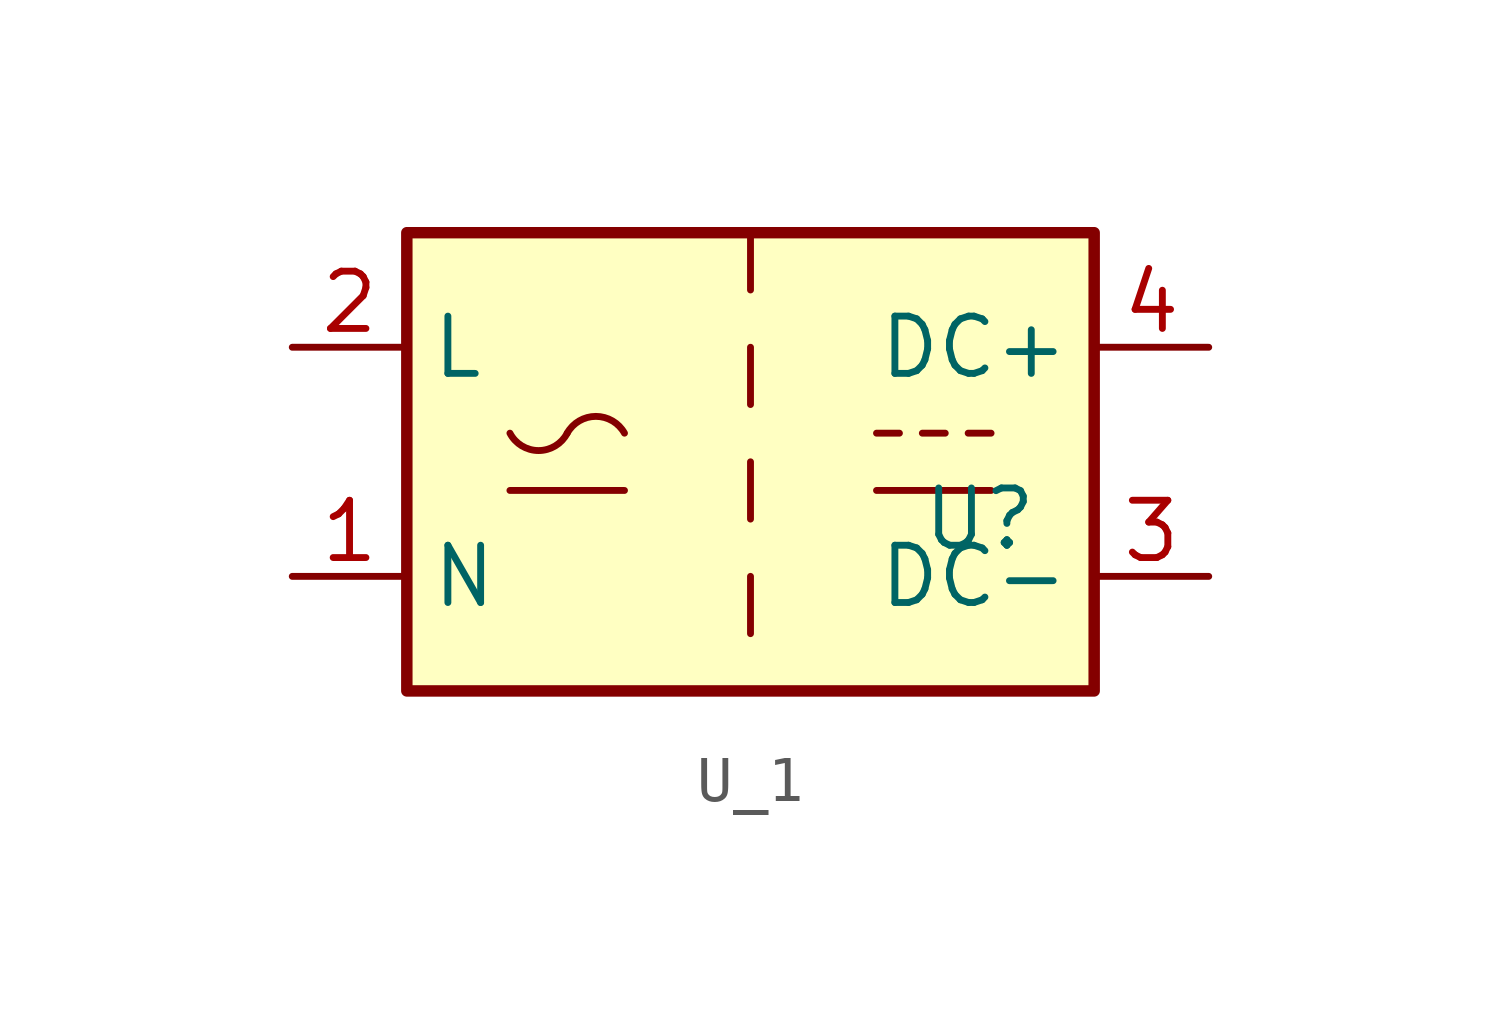
<source format=kicad_sym>
(kicad_symbol_lib
  (version 20241209)
  (generator "kicad_symbol_editor")
  (generator_version "9.0")
  (symbol "U_1"
    (property "Reference" "U"
      (at 5.08 -1.905 0)
      (effects (font (size 1.27 1.27))))
    (property "Value" ""
      (at 5.08 -1.905 0)
      (effects (font (size 1.27 1.27))))
    (symbol "U_1_0_1"
      (rectangle (start -7.62 4.445) (end 7.62 -5.715) (stroke (width 0.254) (type default)) (fill (type background)))
      (polyline (pts (xy -5.334 -1.27) (xy -2.794 -1.27)) (stroke (width 0) (type default)) (fill (type none)))
      (arc (start -4.064 0) (mid -4.699 -0.3855) (end -5.334 0) (stroke (width 0) (type default)) (fill (type none)))
      (arc (start -4.064 0) (mid -3.429 0.3722) (end -2.794 0) (stroke (width 0) (type default)) (fill (type none)))
      (polyline (pts (xy 2.794 0) (xy 3.302 0)) (stroke (width 0) (type default)) (fill (type none)))
      (polyline (pts (xy 2.794 -1.27) (xy 5.334 -1.27)) (stroke (width 0) (type default)) (fill (type none)))
      (polyline (pts (xy 3.81 0) (xy 4.318 0)) (stroke (width 0) (type default)) (fill (type none)))
      (polyline (pts (xy 4.826 0) (xy 5.334 0)) (stroke (width 0) (type default)) (fill (type none))))
    (symbol "U_1_1_1"
      (polyline (pts (xy 0 4.445) (xy 0 3.175)) (stroke (width 0) (type default)) (fill (type none)))
      (polyline (pts (xy 0 1.905) (xy 0 0.635)) (stroke (width 0) (type default)) (fill (type none)))
      (polyline (pts (xy 0 -0.635) (xy 0 -1.905)) (stroke (width 0) (type default)) (fill (type none)))
      (polyline (pts (xy 0 -3.175) (xy 0 -4.445)) (stroke (width 0) (type default)) (fill (type none)))
      (pin power_in line (at -10.16 1.905 0) (length 2.54) (name "L" (effects (font (size 1.27 1.27)))) (number "2" (effects (font (size 1.27 1.27)))))
      (pin power_in line (at -10.16 -3.175 0) (length 2.54) (name "N" (effects (font (size 1.27 1.27)))) (number "1" (effects (font (size 1.27 1.27)))))
      (pin power_out line (at 10.16 1.905 180) (length 2.54) (name "DC+" (effects (font (size 1.27 1.27)))) (number "4" (effects (font (size 1.27 1.27)))))
      (pin power_out line (at 10.16 -3.175 180) (length 2.54) (name "DC-" (effects (font (size 1.27 1.27)))) (number "3" (effects (font (size 1.27 1.27))))))))
</source>
